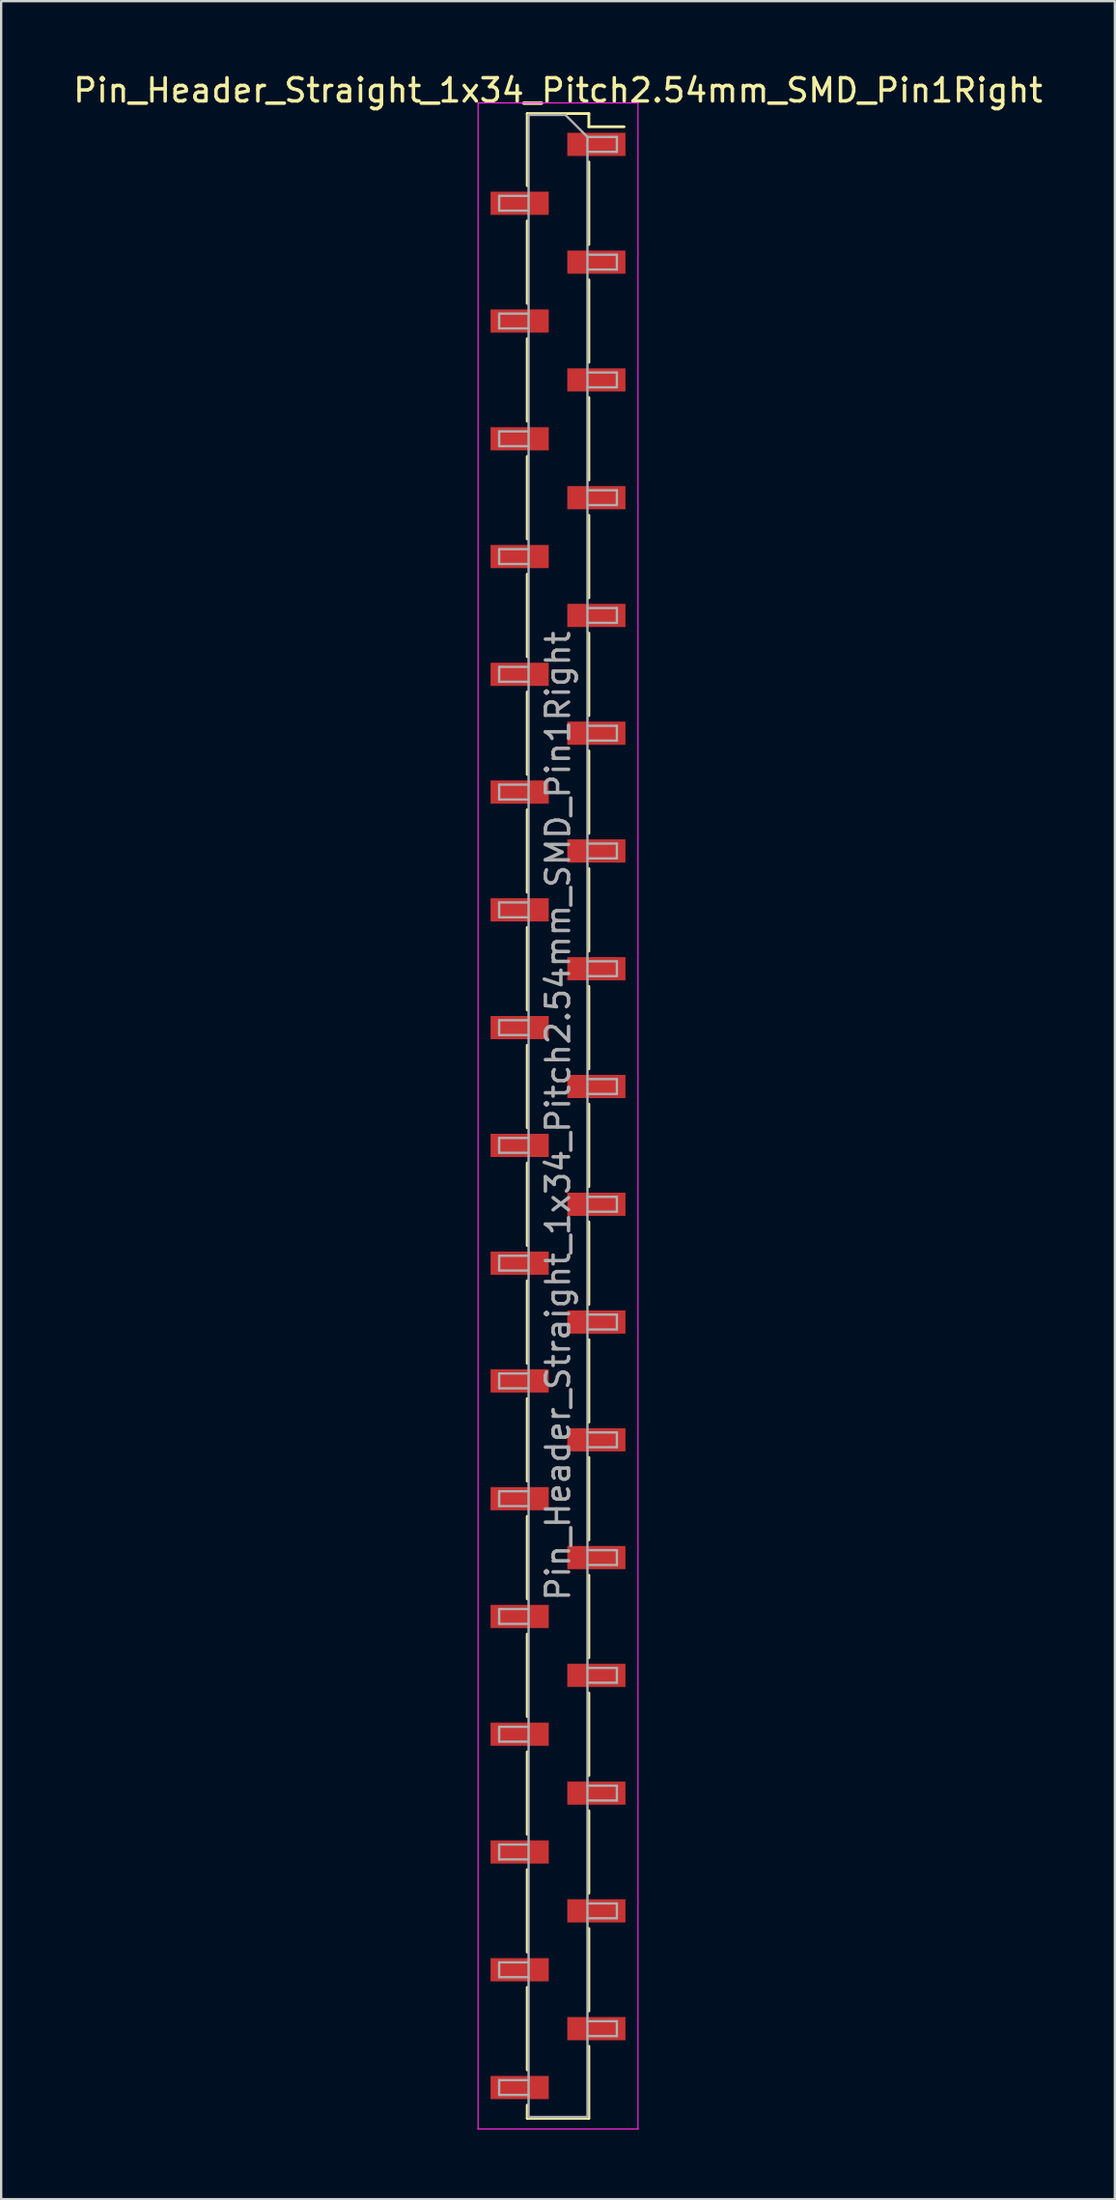
<source format=kicad_pcb>
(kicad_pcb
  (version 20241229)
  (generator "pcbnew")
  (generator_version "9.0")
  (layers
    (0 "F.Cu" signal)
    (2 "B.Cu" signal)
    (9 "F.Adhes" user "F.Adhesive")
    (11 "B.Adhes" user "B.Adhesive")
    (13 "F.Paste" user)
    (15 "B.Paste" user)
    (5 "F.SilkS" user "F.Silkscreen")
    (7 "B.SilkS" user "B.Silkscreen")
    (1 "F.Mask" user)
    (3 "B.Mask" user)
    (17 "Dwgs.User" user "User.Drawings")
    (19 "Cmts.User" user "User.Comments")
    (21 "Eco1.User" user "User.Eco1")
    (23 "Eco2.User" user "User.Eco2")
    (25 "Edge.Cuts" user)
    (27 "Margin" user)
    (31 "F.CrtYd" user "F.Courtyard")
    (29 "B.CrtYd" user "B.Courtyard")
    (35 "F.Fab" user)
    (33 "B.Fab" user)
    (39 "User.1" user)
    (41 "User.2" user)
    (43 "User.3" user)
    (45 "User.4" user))
  (footprint "Pin_Header_Straight_1x34_Pitch2.54mm_SMD_Pin1Right"
    (layer "F.Cu")
    (at 21.03 45.088)
    (property "Reference" "Pin_Header_Straight_1x34_Pitch2.54mm_SMD_Pin1Right" (at 0 -44.24 0) (layer "F.SilkS") (effects (font (size 1 1) (thickness 0.15))))
    (attr smd)
    (fp_line (start -1.33 -43.24) (end -1.33 -40.13) (stroke (width 0.12) (type solid)) (layer "F.SilkS"))
    (fp_line (start -1.33 -43.24) (end 1.33 -43.24) (stroke (width 0.12) (type solid)) (layer "F.SilkS"))
    (fp_line (start -1.33 -38.61) (end -1.33 -35.05) (stroke (width 0.12) (type solid)) (layer "F.SilkS"))
    (fp_line (start -1.33 -33.53) (end -1.33 -29.97) (stroke (width 0.12) (type solid)) (layer "F.SilkS"))
    (fp_line (start -1.33 -28.45) (end -1.33 -24.89) (stroke (width 0.12) (type solid)) (layer "F.SilkS"))
    (fp_line (start -1.33 -23.37) (end -1.33 -19.81) (stroke (width 0.12) (type solid)) (layer "F.SilkS"))
    (fp_line (start -1.33 -18.29) (end -1.33 -14.73) (stroke (width 0.12) (type solid)) (layer "F.SilkS"))
    (fp_line (start -1.33 -13.21) (end -1.33 -9.65) (stroke (width 0.12) (type solid)) (layer "F.SilkS"))
    (fp_line (start -1.33 -8.13) (end -1.33 -4.57) (stroke (width 0.12) (type solid)) (layer "F.SilkS"))
    (fp_line (start -1.33 -3.05) (end -1.33 0.51) (stroke (width 0.12) (type solid)) (layer "F.SilkS"))
    (fp_line (start -1.33 2.03) (end -1.33 5.59) (stroke (width 0.12) (type solid)) (layer "F.SilkS"))
    (fp_line (start -1.33 7.11) (end -1.33 10.67) (stroke (width 0.12) (type solid)) (layer "F.SilkS"))
    (fp_line (start -1.33 12.19) (end -1.33 15.75) (stroke (width 0.12) (type solid)) (layer "F.SilkS"))
    (fp_line (start -1.33 17.27) (end -1.33 20.83) (stroke (width 0.12) (type solid)) (layer "F.SilkS"))
    (fp_line (start -1.33 22.35) (end -1.33 25.91) (stroke (width 0.12) (type solid)) (layer "F.SilkS"))
    (fp_line (start -1.33 27.43) (end -1.33 30.99) (stroke (width 0.12) (type solid)) (layer "F.SilkS"))
    (fp_line (start -1.33 32.51) (end -1.33 36.07) (stroke (width 0.12) (type solid)) (layer "F.SilkS"))
    (fp_line (start -1.33 37.59) (end -1.33 41.15) (stroke (width 0.12) (type solid)) (layer "F.SilkS"))
    (fp_line (start -1.33 42.67) (end -1.33 43.24) (stroke (width 0.12) (type solid)) (layer "F.SilkS"))
    (fp_line (start -1.33 43.24) (end 1.33 43.24) (stroke (width 0.12) (type solid)) (layer "F.SilkS"))
    (fp_line (start 1.33 -43.24) (end 1.33 -42.67) (stroke (width 0.12) (type solid)) (layer "F.SilkS"))
    (fp_line (start 1.33 -42.67) (end 2.85 -42.67) (stroke (width 0.12) (type solid)) (layer "F.SilkS"))
    (fp_line (start 1.33 -41.15) (end 1.33 -37.59) (stroke (width 0.12) (type solid)) (layer "F.SilkS"))
    (fp_line (start 1.33 -36.07) (end 1.33 -32.51) (stroke (width 0.12) (type solid)) (layer "F.SilkS"))
    (fp_line (start 1.33 -30.99) (end 1.33 -27.43) (stroke (width 0.12) (type solid)) (layer "F.SilkS"))
    (fp_line (start 1.33 -25.91) (end 1.33 -22.35) (stroke (width 0.12) (type solid)) (layer "F.SilkS"))
    (fp_line (start 1.33 -20.83) (end 1.33 -17.27) (stroke (width 0.12) (type solid)) (layer "F.SilkS"))
    (fp_line (start 1.33 -15.75) (end 1.33 -12.19) (stroke (width 0.12) (type solid)) (layer "F.SilkS"))
    (fp_line (start 1.33 -10.67) (end 1.33 -7.11) (stroke (width 0.12) (type solid)) (layer "F.SilkS"))
    (fp_line (start 1.33 -5.59) (end 1.33 -2.03) (stroke (width 0.12) (type solid)) (layer "F.SilkS"))
    (fp_line (start 1.33 -0.51) (end 1.33 3.05) (stroke (width 0.12) (type solid)) (layer "F.SilkS"))
    (fp_line (start 1.33 4.57) (end 1.33 8.13) (stroke (width 0.12) (type solid)) (layer "F.SilkS"))
    (fp_line (start 1.33 9.65) (end 1.33 13.21) (stroke (width 0.12) (type solid)) (layer "F.SilkS"))
    (fp_line (start 1.33 14.73) (end 1.33 18.29) (stroke (width 0.12) (type solid)) (layer "F.SilkS"))
    (fp_line (start 1.33 19.81) (end 1.33 23.37) (stroke (width 0.12) (type solid)) (layer "F.SilkS"))
    (fp_line (start 1.33 24.89) (end 1.33 28.45) (stroke (width 0.12) (type solid)) (layer "F.SilkS"))
    (fp_line (start 1.33 29.97) (end 1.33 33.53) (stroke (width 0.12) (type solid)) (layer "F.SilkS"))
    (fp_line (start 1.33 35.05) (end 1.33 38.61) (stroke (width 0.12) (type solid)) (layer "F.SilkS"))
    (fp_line (start 1.33 40.13) (end 1.33 43.24) (stroke (width 0.12) (type solid)) (layer "F.SilkS"))
    (fp_line (start -3.45 -43.7) (end -3.45 43.7) (stroke (width 0.05) (type solid)) (layer "F.CrtYd"))
    (fp_line (start -3.45 43.7) (end 3.45 43.7) (stroke (width 0.05) (type solid)) (layer "F.CrtYd"))
    (fp_line (start 3.45 -43.7) (end -3.45 -43.7) (stroke (width 0.05) (type solid)) (layer "F.CrtYd"))
    (fp_line (start 3.45 43.7) (end 3.45 -43.7) (stroke (width 0.05) (type solid)) (layer "F.CrtYd"))
    (fp_line (start -2.54 -39.69) (end -2.54 -39.05) (stroke (width 0.1) (type solid)) (layer "F.Fab"))
    (fp_line (start -2.54 -39.05) (end -1.27 -39.05) (stroke (width 0.1) (type solid)) (layer "F.Fab"))
    (fp_line (start -2.54 -34.61) (end -2.54 -33.97) (stroke (width 0.1) (type solid)) (layer "F.Fab"))
    (fp_line (start -2.54 -33.97) (end -1.27 -33.97) (stroke (width 0.1) (type solid)) (layer "F.Fab"))
    (fp_line (start -2.54 -29.53) (end -2.54 -28.89) (stroke (width 0.1) (type solid)) (layer "F.Fab"))
    (fp_line (start -2.54 -28.89) (end -1.27 -28.89) (stroke (width 0.1) (type solid)) (layer "F.Fab"))
    (fp_line (start -2.54 -24.45) (end -2.54 -23.81) (stroke (width 0.1) (type solid)) (layer "F.Fab"))
    (fp_line (start -2.54 -23.81) (end -1.27 -23.81) (stroke (width 0.1) (type solid)) (layer "F.Fab"))
    (fp_line (start -2.54 -19.37) (end -2.54 -18.73) (stroke (width 0.1) (type solid)) (layer "F.Fab"))
    (fp_line (start -2.54 -18.73) (end -1.27 -18.73) (stroke (width 0.1) (type solid)) (layer "F.Fab"))
    (fp_line (start -2.54 -14.29) (end -2.54 -13.65) (stroke (width 0.1) (type solid)) (layer "F.Fab"))
    (fp_line (start -2.54 -13.65) (end -1.27 -13.65) (stroke (width 0.1) (type solid)) (layer "F.Fab"))
    (fp_line (start -2.54 -9.21) (end -2.54 -8.57) (stroke (width 0.1) (type solid)) (layer "F.Fab"))
    (fp_line (start -2.54 -8.57) (end -1.27 -8.57) (stroke (width 0.1) (type solid)) (layer "F.Fab"))
    (fp_line (start -2.54 -4.13) (end -2.54 -3.49) (stroke (width 0.1) (type solid)) (layer "F.Fab"))
    (fp_line (start -2.54 -3.49) (end -1.27 -3.49) (stroke (width 0.1) (type solid)) (layer "F.Fab"))
    (fp_line (start -2.54 0.95) (end -2.54 1.59) (stroke (width 0.1) (type solid)) (layer "F.Fab"))
    (fp_line (start -2.54 1.59) (end -1.27 1.59) (stroke (width 0.1) (type solid)) (layer "F.Fab"))
    (fp_line (start -2.54 6.03) (end -2.54 6.67) (stroke (width 0.1) (type solid)) (layer "F.Fab"))
    (fp_line (start -2.54 6.67) (end -1.27 6.67) (stroke (width 0.1) (type solid)) (layer "F.Fab"))
    (fp_line (start -2.54 11.11) (end -2.54 11.75) (stroke (width 0.1) (type solid)) (layer "F.Fab"))
    (fp_line (start -2.54 11.75) (end -1.27 11.75) (stroke (width 0.1) (type solid)) (layer "F.Fab"))
    (fp_line (start -2.54 16.19) (end -2.54 16.83) (stroke (width 0.1) (type solid)) (layer "F.Fab"))
    (fp_line (start -2.54 16.83) (end -1.27 16.83) (stroke (width 0.1) (type solid)) (layer "F.Fab"))
    (fp_line (start -2.54 21.27) (end -2.54 21.91) (stroke (width 0.1) (type solid)) (layer "F.Fab"))
    (fp_line (start -2.54 21.91) (end -1.27 21.91) (stroke (width 0.1) (type solid)) (layer "F.Fab"))
    (fp_line (start -2.54 26.35) (end -2.54 26.99) (stroke (width 0.1) (type solid)) (layer "F.Fab"))
    (fp_line (start -2.54 26.99) (end -1.27 26.99) (stroke (width 0.1) (type solid)) (layer "F.Fab"))
    (fp_line (start -2.54 31.43) (end -2.54 32.07) (stroke (width 0.1) (type solid)) (layer "F.Fab"))
    (fp_line (start -2.54 32.07) (end -1.27 32.07) (stroke (width 0.1) (type solid)) (layer "F.Fab"))
    (fp_line (start -2.54 36.51) (end -2.54 37.15) (stroke (width 0.1) (type solid)) (layer "F.Fab"))
    (fp_line (start -2.54 37.15) (end -1.27 37.15) (stroke (width 0.1) (type solid)) (layer "F.Fab"))
    (fp_line (start -2.54 41.59) (end -2.54 42.23) (stroke (width 0.1) (type solid)) (layer "F.Fab"))
    (fp_line (start -2.54 42.23) (end -1.27 42.23) (stroke (width 0.1) (type solid)) (layer "F.Fab"))
    (fp_line (start -1.27 -43.18) (end -1.27 43.18) (stroke (width 0.1) (type solid)) (layer "F.Fab"))
    (fp_line (start -1.27 -43.18) (end 0.32 -43.18) (stroke (width 0.1) (type solid)) (layer "F.Fab"))
    (fp_line (start -1.27 -39.69) (end -2.54 -39.69) (stroke (width 0.1) (type solid)) (layer "F.Fab"))
    (fp_line (start -1.27 -34.61) (end -2.54 -34.61) (stroke (width 0.1) (type solid)) (layer "F.Fab"))
    (fp_line (start -1.27 -29.53) (end -2.54 -29.53) (stroke (width 0.1) (type solid)) (layer "F.Fab"))
    (fp_line (start -1.27 -24.45) (end -2.54 -24.45) (stroke (width 0.1) (type solid)) (layer "F.Fab"))
    (fp_line (start -1.27 -19.37) (end -2.54 -19.37) (stroke (width 0.1) (type solid)) (layer "F.Fab"))
    (fp_line (start -1.27 -14.29) (end -2.54 -14.29) (stroke (width 0.1) (type solid)) (layer "F.Fab"))
    (fp_line (start -1.27 -9.21) (end -2.54 -9.21) (stroke (width 0.1) (type solid)) (layer "F.Fab"))
    (fp_line (start -1.27 -4.13) (end -2.54 -4.13) (stroke (width 0.1) (type solid)) (layer "F.Fab"))
    (fp_line (start -1.27 0.95) (end -2.54 0.95) (stroke (width 0.1) (type solid)) (layer "F.Fab"))
    (fp_line (start -1.27 6.03) (end -2.54 6.03) (stroke (width 0.1) (type solid)) (layer "F.Fab"))
    (fp_line (start -1.27 11.11) (end -2.54 11.11) (stroke (width 0.1) (type solid)) (layer "F.Fab"))
    (fp_line (start -1.27 16.19) (end -2.54 16.19) (stroke (width 0.1) (type solid)) (layer "F.Fab"))
    (fp_line (start -1.27 21.27) (end -2.54 21.27) (stroke (width 0.1) (type solid)) (layer "F.Fab"))
    (fp_line (start -1.27 26.35) (end -2.54 26.35) (stroke (width 0.1) (type solid)) (layer "F.Fab"))
    (fp_line (start -1.27 31.43) (end -2.54 31.43) (stroke (width 0.1) (type solid)) (layer "F.Fab"))
    (fp_line (start -1.27 36.51) (end -2.54 36.51) (stroke (width 0.1) (type solid)) (layer "F.Fab"))
    (fp_line (start -1.27 41.59) (end -2.54 41.59) (stroke (width 0.1) (type solid)) (layer "F.Fab"))
    (fp_line (start 1.27 -42.23) (end 0.32 -43.18) (stroke (width 0.1) (type solid)) (layer "F.Fab"))
    (fp_line (start 1.27 -42.23) (end 2.54 -42.23) (stroke (width 0.1) (type solid)) (layer "F.Fab"))
    (fp_line (start 1.27 -37.15) (end 2.54 -37.15) (stroke (width 0.1) (type solid)) (layer "F.Fab"))
    (fp_line (start 1.27 -32.07) (end 2.54 -32.07) (stroke (width 0.1) (type solid)) (layer "F.Fab"))
    (fp_line (start 1.27 -26.99) (end 2.54 -26.99) (stroke (width 0.1) (type solid)) (layer "F.Fab"))
    (fp_line (start 1.27 -21.91) (end 2.54 -21.91) (stroke (width 0.1) (type solid)) (layer "F.Fab"))
    (fp_line (start 1.27 -16.83) (end 2.54 -16.83) (stroke (width 0.1) (type solid)) (layer "F.Fab"))
    (fp_line (start 1.27 -11.75) (end 2.54 -11.75) (stroke (width 0.1) (type solid)) (layer "F.Fab"))
    (fp_line (start 1.27 -6.67) (end 2.54 -6.67) (stroke (width 0.1) (type solid)) (layer "F.Fab"))
    (fp_line (start 1.27 -1.59) (end 2.54 -1.59) (stroke (width 0.1) (type solid)) (layer "F.Fab"))
    (fp_line (start 1.27 3.49) (end 2.54 3.49) (stroke (width 0.1) (type solid)) (layer "F.Fab"))
    (fp_line (start 1.27 8.57) (end 2.54 8.57) (stroke (width 0.1) (type solid)) (layer "F.Fab"))
    (fp_line (start 1.27 13.65) (end 2.54 13.65) (stroke (width 0.1) (type solid)) (layer "F.Fab"))
    (fp_line (start 1.27 18.73) (end 2.54 18.73) (stroke (width 0.1) (type solid)) (layer "F.Fab"))
    (fp_line (start 1.27 23.81) (end 2.54 23.81) (stroke (width 0.1) (type solid)) (layer "F.Fab"))
    (fp_line (start 1.27 28.89) (end 2.54 28.89) (stroke (width 0.1) (type solid)) (layer "F.Fab"))
    (fp_line (start 1.27 33.97) (end 2.54 33.97) (stroke (width 0.1) (type solid)) (layer "F.Fab"))
    (fp_line (start 1.27 39.05) (end 2.54 39.05) (stroke (width 0.1) (type solid)) (layer "F.Fab"))
    (fp_line (start 1.27 43.18) (end -1.27 43.18) (stroke (width 0.1) (type solid)) (layer "F.Fab"))
    (fp_line (start 1.27 43.18) (end 1.27 -42.23) (stroke (width 0.1) (type solid)) (layer "F.Fab"))
    (fp_line (start 2.54 -42.23) (end 2.54 -41.59) (stroke (width 0.1) (type solid)) (layer "F.Fab"))
    (fp_line (start 2.54 -41.59) (end 1.27 -41.59) (stroke (width 0.1) (type solid)) (layer "F.Fab"))
    (fp_line (start 2.54 -37.15) (end 2.54 -36.51) (stroke (width 0.1) (type solid)) (layer "F.Fab"))
    (fp_line (start 2.54 -36.51) (end 1.27 -36.51) (stroke (width 0.1) (type solid)) (layer "F.Fab"))
    (fp_line (start 2.54 -32.07) (end 2.54 -31.43) (stroke (width 0.1) (type solid)) (layer "F.Fab"))
    (fp_line (start 2.54 -31.43) (end 1.27 -31.43) (stroke (width 0.1) (type solid)) (layer "F.Fab"))
    (fp_line (start 2.54 -26.99) (end 2.54 -26.35) (stroke (width 0.1) (type solid)) (layer "F.Fab"))
    (fp_line (start 2.54 -26.35) (end 1.27 -26.35) (stroke (width 0.1) (type solid)) (layer "F.Fab"))
    (fp_line (start 2.54 -21.91) (end 2.54 -21.27) (stroke (width 0.1) (type solid)) (layer "F.Fab"))
    (fp_line (start 2.54 -21.27) (end 1.27 -21.27) (stroke (width 0.1) (type solid)) (layer "F.Fab"))
    (fp_line (start 2.54 -16.83) (end 2.54 -16.19) (stroke (width 0.1) (type solid)) (layer "F.Fab"))
    (fp_line (start 2.54 -16.19) (end 1.27 -16.19) (stroke (width 0.1) (type solid)) (layer "F.Fab"))
    (fp_line (start 2.54 -11.75) (end 2.54 -11.11) (stroke (width 0.1) (type solid)) (layer "F.Fab"))
    (fp_line (start 2.54 -11.11) (end 1.27 -11.11) (stroke (width 0.1) (type solid)) (layer "F.Fab"))
    (fp_line (start 2.54 -6.67) (end 2.54 -6.03) (stroke (width 0.1) (type solid)) (layer "F.Fab"))
    (fp_line (start 2.54 -6.03) (end 1.27 -6.03) (stroke (width 0.1) (type solid)) (layer "F.Fab"))
    (fp_line (start 2.54 -1.59) (end 2.54 -0.95) (stroke (width 0.1) (type solid)) (layer "F.Fab"))
    (fp_line (start 2.54 -0.95) (end 1.27 -0.95) (stroke (width 0.1) (type solid)) (layer "F.Fab"))
    (fp_line (start 2.54 3.49) (end 2.54 4.13) (stroke (width 0.1) (type solid)) (layer "F.Fab"))
    (fp_line (start 2.54 4.13) (end 1.27 4.13) (stroke (width 0.1) (type solid)) (layer "F.Fab"))
    (fp_line (start 2.54 8.57) (end 2.54 9.21) (stroke (width 0.1) (type solid)) (layer "F.Fab"))
    (fp_line (start 2.54 9.21) (end 1.27 9.21) (stroke (width 0.1) (type solid)) (layer "F.Fab"))
    (fp_line (start 2.54 13.65) (end 2.54 14.29) (stroke (width 0.1) (type solid)) (layer "F.Fab"))
    (fp_line (start 2.54 14.29) (end 1.27 14.29) (stroke (width 0.1) (type solid)) (layer "F.Fab"))
    (fp_line (start 2.54 18.73) (end 2.54 19.37) (stroke (width 0.1) (type solid)) (layer "F.Fab"))
    (fp_line (start 2.54 19.37) (end 1.27 19.37) (stroke (width 0.1) (type solid)) (layer "F.Fab"))
    (fp_line (start 2.54 23.81) (end 2.54 24.45) (stroke (width 0.1) (type solid)) (layer "F.Fab"))
    (fp_line (start 2.54 24.45) (end 1.27 24.45) (stroke (width 0.1) (type solid)) (layer "F.Fab"))
    (fp_line (start 2.54 28.89) (end 2.54 29.53) (stroke (width 0.1) (type solid)) (layer "F.Fab"))
    (fp_line (start 2.54 29.53) (end 1.27 29.53) (stroke (width 0.1) (type solid)) (layer "F.Fab"))
    (fp_line (start 2.54 33.97) (end 2.54 34.61) (stroke (width 0.1) (type solid)) (layer "F.Fab"))
    (fp_line (start 2.54 34.61) (end 1.27 34.61) (stroke (width 0.1) (type solid)) (layer "F.Fab"))
    (fp_line (start 2.54 39.05) (end 2.54 39.69) (stroke (width 0.1) (type solid)) (layer "F.Fab"))
    (fp_line (start 2.54 39.69) (end 1.27 39.69) (stroke (width 0.1) (type solid)) (layer "F.Fab"))
    (fp_text user "${REFERENCE}" (at 0 0 90) (layer "F.Fab") (effects (font (size 1 1) (thickness 0.15))))
    (pad "1" smd rect (at 1.655 -41.91) (size 2.51 1) (layers "F.Cu" "F.Mask" "F.Paste"))
    (pad "2" smd rect (at -1.655 -39.37) (size 2.51 1) (layers "F.Cu" "F.Mask" "F.Paste"))
    (pad "3" smd rect (at 1.655 -36.83) (size 2.51 1) (layers "F.Cu" "F.Mask" "F.Paste"))
    (pad "4" smd rect (at -1.655 -34.29) (size 2.51 1) (layers "F.Cu" "F.Mask" "F.Paste"))
    (pad "5" smd rect (at 1.655 -31.75) (size 2.51 1) (layers "F.Cu" "F.Mask" "F.Paste"))
    (pad "6" smd rect (at -1.655 -29.21) (size 2.51 1) (layers "F.Cu" "F.Mask" "F.Paste"))
    (pad "7" smd rect (at 1.655 -26.67) (size 2.51 1) (layers "F.Cu" "F.Mask" "F.Paste"))
    (pad "8" smd rect (at -1.655 -24.13) (size 2.51 1) (layers "F.Cu" "F.Mask" "F.Paste"))
    (pad "9" smd rect (at 1.655 -21.59) (size 2.51 1) (layers "F.Cu" "F.Mask" "F.Paste"))
    (pad "10" smd rect (at -1.655 -19.05) (size 2.51 1) (layers "F.Cu" "F.Mask" "F.Paste"))
    (pad "11" smd rect (at 1.655 -16.51) (size 2.51 1) (layers "F.Cu" "F.Mask" "F.Paste"))
    (pad "12" smd rect (at -1.655 -13.97) (size 2.51 1) (layers "F.Cu" "F.Mask" "F.Paste"))
    (pad "13" smd rect (at 1.655 -11.43) (size 2.51 1) (layers "F.Cu" "F.Mask" "F.Paste"))
    (pad "14" smd rect (at -1.655 -8.89) (size 2.51 1) (layers "F.Cu" "F.Mask" "F.Paste"))
    (pad "15" smd rect (at 1.655 -6.35) (size 2.51 1) (layers "F.Cu" "F.Mask" "F.Paste"))
    (pad "16" smd rect (at -1.655 -3.81) (size 2.51 1) (layers "F.Cu" "F.Mask" "F.Paste"))
    (pad "17" smd rect (at 1.655 -1.27) (size 2.51 1) (layers "F.Cu" "F.Mask" "F.Paste"))
    (pad "18" smd rect (at -1.655 1.27) (size 2.51 1) (layers "F.Cu" "F.Mask" "F.Paste"))
    (pad "19" smd rect (at 1.655 3.81) (size 2.51 1) (layers "F.Cu" "F.Mask" "F.Paste"))
    (pad "20" smd rect (at -1.655 6.35) (size 2.51 1) (layers "F.Cu" "F.Mask" "F.Paste"))
    (pad "21" smd rect (at 1.655 8.89) (size 2.51 1) (layers "F.Cu" "F.Mask" "F.Paste"))
    (pad "22" smd rect (at -1.655 11.43) (size 2.51 1) (layers "F.Cu" "F.Mask" "F.Paste"))
    (pad "23" smd rect (at 1.655 13.97) (size 2.51 1) (layers "F.Cu" "F.Mask" "F.Paste"))
    (pad "24" smd rect (at -1.655 16.51) (size 2.51 1) (layers "F.Cu" "F.Mask" "F.Paste"))
    (pad "25" smd rect (at 1.655 19.05) (size 2.51 1) (layers "F.Cu" "F.Mask" "F.Paste"))
    (pad "26" smd rect (at -1.655 21.59) (size 2.51 1) (layers "F.Cu" "F.Mask" "F.Paste"))
    (pad "27" smd rect (at 1.655 24.13) (size 2.51 1) (layers "F.Cu" "F.Mask" "F.Paste"))
    (pad "28" smd rect (at -1.655 26.67) (size 2.51 1) (layers "F.Cu" "F.Mask" "F.Paste"))
    (pad "29" smd rect (at 1.655 29.21) (size 2.51 1) (layers "F.Cu" "F.Mask" "F.Paste"))
    (pad "30" smd rect (at -1.655 31.75) (size 2.51 1) (layers "F.Cu" "F.Mask" "F.Paste"))
    (pad "31" smd rect (at 1.655 34.29) (size 2.51 1) (layers "F.Cu" "F.Mask" "F.Paste"))
    (pad "32" smd rect (at -1.655 36.83) (size 2.51 1) (layers "F.Cu" "F.Mask" "F.Paste"))
    (pad "33" smd rect (at 1.655 39.37) (size 2.51 1) (layers "F.Cu" "F.Mask" "F.Paste"))
    (pad "34" smd rect (at -1.655 41.91) (size 2.51 1) (layers "F.Cu" "F.Mask" "F.Paste")))
  (gr_rect
    (start -3 -3)
    (end 45.06 91.813)
    (stroke (width 0.1) (type default))
    (fill no)
    (layer "Edge.Cuts")))
</source>
